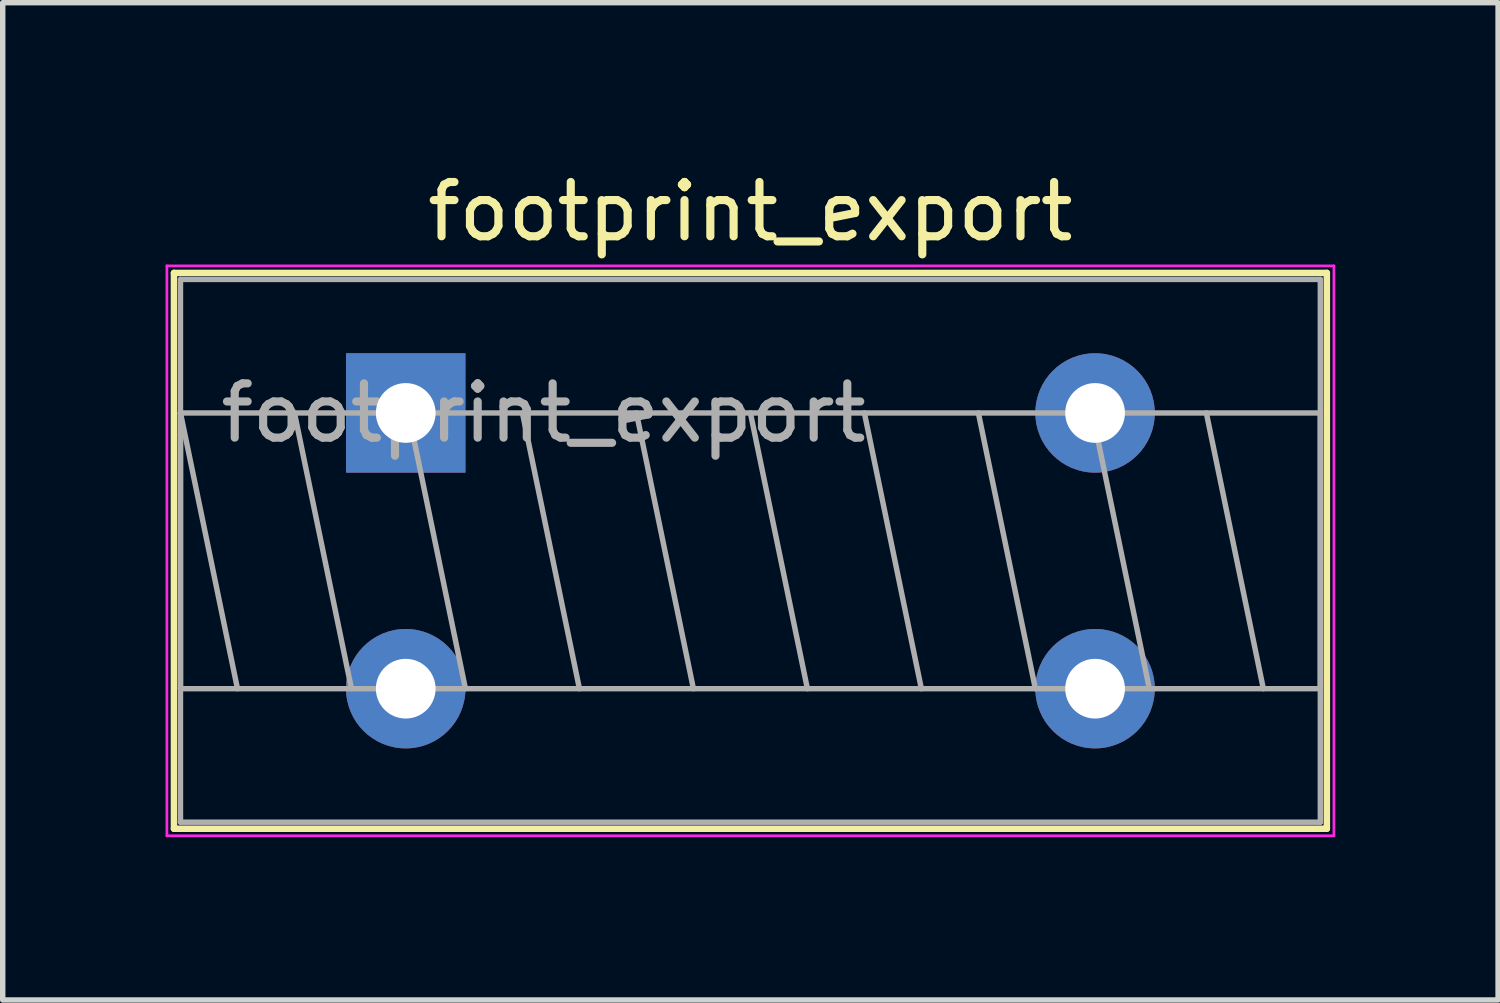
<source format=kicad_pcb>
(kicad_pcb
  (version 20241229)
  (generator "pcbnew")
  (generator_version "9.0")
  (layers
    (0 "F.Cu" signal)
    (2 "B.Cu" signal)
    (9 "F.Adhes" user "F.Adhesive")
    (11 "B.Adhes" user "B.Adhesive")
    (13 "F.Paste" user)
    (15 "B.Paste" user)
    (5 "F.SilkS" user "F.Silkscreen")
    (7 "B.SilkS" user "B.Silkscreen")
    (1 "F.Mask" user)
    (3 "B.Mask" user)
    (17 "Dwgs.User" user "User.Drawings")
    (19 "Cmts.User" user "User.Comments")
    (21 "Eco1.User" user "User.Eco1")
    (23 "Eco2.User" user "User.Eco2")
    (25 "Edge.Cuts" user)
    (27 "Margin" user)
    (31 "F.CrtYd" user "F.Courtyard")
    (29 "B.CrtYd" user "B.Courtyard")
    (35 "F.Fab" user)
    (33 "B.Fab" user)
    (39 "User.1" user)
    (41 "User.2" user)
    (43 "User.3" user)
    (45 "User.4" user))
  (footprint "footprint_export"
    (layer "F.Cu")
    (at 4.425 4.558)
    (property "Reference" "footprint_export" (at 6.35 -3.71 0) (layer "F.SilkS") (effects (font (size 1 1) (thickness 0.15))))
    (attr through_hole)
    (fp_line (start -4.27 -2.58) (end -4.27 7.66) (stroke (width 0.12) (type solid)) (layer "F.SilkS"))
    (fp_line (start -4.27 -2.58) (end 16.97 -2.58) (stroke (width 0.12) (type solid)) (layer "F.SilkS"))
    (fp_line (start -4.27 7.66) (end 16.97 7.66) (stroke (width 0.12) (type solid)) (layer "F.SilkS"))
    (fp_line (start 16.97 -2.58) (end 16.97 7.66) (stroke (width 0.12) (type solid)) (layer "F.SilkS"))
    (fp_line (start -4.4 -2.71) (end -4.4 7.79) (stroke (width 0.05) (type solid)) (layer "F.CrtYd"))
    (fp_line (start -4.4 7.79) (end 17.1 7.79) (stroke (width 0.05) (type solid)) (layer "F.CrtYd"))
    (fp_line (start 17.1 -2.71) (end -4.4 -2.71) (stroke (width 0.05) (type solid)) (layer "F.CrtYd"))
    (fp_line (start 17.1 7.79) (end 17.1 -2.71) (stroke (width 0.05) (type solid)) (layer "F.CrtYd"))
    (fp_line (start -4.15 -2.46) (end -4.15 7.54) (stroke (width 0.1) (type solid)) (layer "F.Fab"))
    (fp_line (start -4.15 0) (end -4.15 5.08) (stroke (width 0.1) (type solid)) (layer "F.Fab"))
    (fp_line (start -4.15 0) (end -3.1 5.08) (stroke (width 0.1) (type solid)) (layer "F.Fab"))
    (fp_line (start -4.15 5.08) (end 16.85 5.08) (stroke (width 0.1) (type solid)) (layer "F.Fab"))
    (fp_line (start -4.15 7.54) (end 16.85 7.54) (stroke (width 0.1) (type solid)) (layer "F.Fab"))
    (fp_line (start -2.05 0) (end -1 5.08) (stroke (width 0.1) (type solid)) (layer "F.Fab"))
    (fp_line (start 0.05 0) (end 1.1 5.08) (stroke (width 0.1) (type solid)) (layer "F.Fab"))
    (fp_line (start 2.15 0) (end 3.2 5.08) (stroke (width 0.1) (type solid)) (layer "F.Fab"))
    (fp_line (start 4.25 0) (end 5.3 5.08) (stroke (width 0.1) (type solid)) (layer "F.Fab"))
    (fp_line (start 6.35 0) (end 7.4 5.08) (stroke (width 0.1) (type solid)) (layer "F.Fab"))
    (fp_line (start 8.45 0) (end 9.5 5.08) (stroke (width 0.1) (type solid)) (layer "F.Fab"))
    (fp_line (start 10.55 0) (end 11.6 5.08) (stroke (width 0.1) (type solid)) (layer "F.Fab"))
    (fp_line (start 12.65 0) (end 13.7 5.08) (stroke (width 0.1) (type solid)) (layer "F.Fab"))
    (fp_line (start 14.75 0) (end 15.8 5.08) (stroke (width 0.1) (type solid)) (layer "F.Fab"))
    (fp_line (start 16.85 -2.46) (end -4.15 -2.46) (stroke (width 0.1) (type solid)) (layer "F.Fab"))
    (fp_line (start 16.85 0) (end -4.15 0) (stroke (width 0.1) (type solid)) (layer "F.Fab"))
    (fp_line (start 16.85 5.08) (end 16.85 0) (stroke (width 0.1) (type solid)) (layer "F.Fab"))
    (fp_line (start 16.85 7.54) (end 16.85 -2.46) (stroke (width 0.1) (type solid)) (layer "F.Fab"))
    (fp_text user "${REFERENCE}" (at 2.54 0 0) (layer "F.Fab") (effects (font (size 1 1) (thickness 0.15))))
    (pad "1" thru_hole rect (at 0 0) (size 2.2 2.2) (drill 1.1) (layers "*.Cu" "*.Mask"))
    (pad "2" thru_hole circle (at 0 5.08) (size 2.2 2.2) (drill 1.1) (layers "*.Cu" "*.Mask"))
    (pad "3" thru_hole circle (at 12.7 5.08) (size 2.2 2.2) (drill 1.1) (layers "*.Cu" "*.Mask"))
    (pad "4" thru_hole circle (at 12.7 0) (size 2.2 2.2) (drill 1.1) (layers "*.Cu" "*.Mask")))
  (gr_rect
    (start -3 -3)
    (end 24.55 15.373)
    (stroke (width 0.1) (type default))
    (fill no)
    (layer "Edge.Cuts")))
</source>
